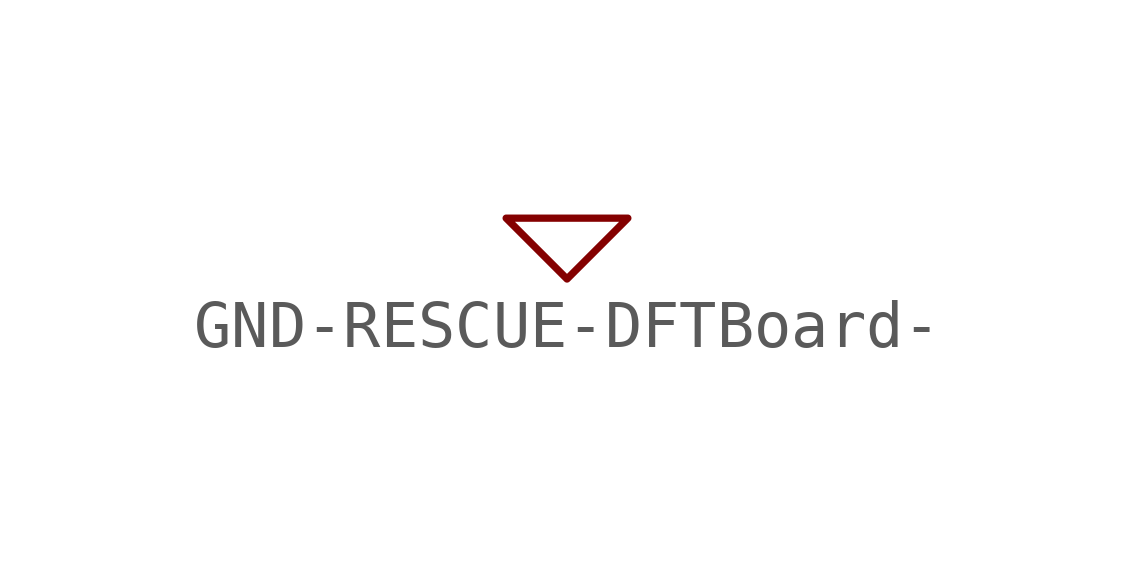
<source format=kicad_sym>
(kicad_symbol_lib
  (version 20220914)
  (generator kicad_symbol_editor)
  (symbol "GND-RESCUE-DFTBoard-"
    (power)
    (pin_names
      (offset 0))
    (property "Reference" "#PWR"
      (at 0 0 0)
      (effects (font (size 0.762 0.762)) hide))
    (symbol "GND-RESCUE-DFTBoard-_0_1"
      (polyline (pts (xy -1.27 0) (xy 0 -1.27) (xy 1.27 0) (xy -1.27 0)) (stroke (width 0) (type solid)) (fill (type none))))
    (symbol "GND-RESCUE-DFTBoard-_1_1"
      (pin power_in line (at 0 0 90) (length 0) hide (name "GND" (effects (font (size 0.762 0.762)))) (number "1" (effects (font (size 0.762 0.762))))))))
</source>
